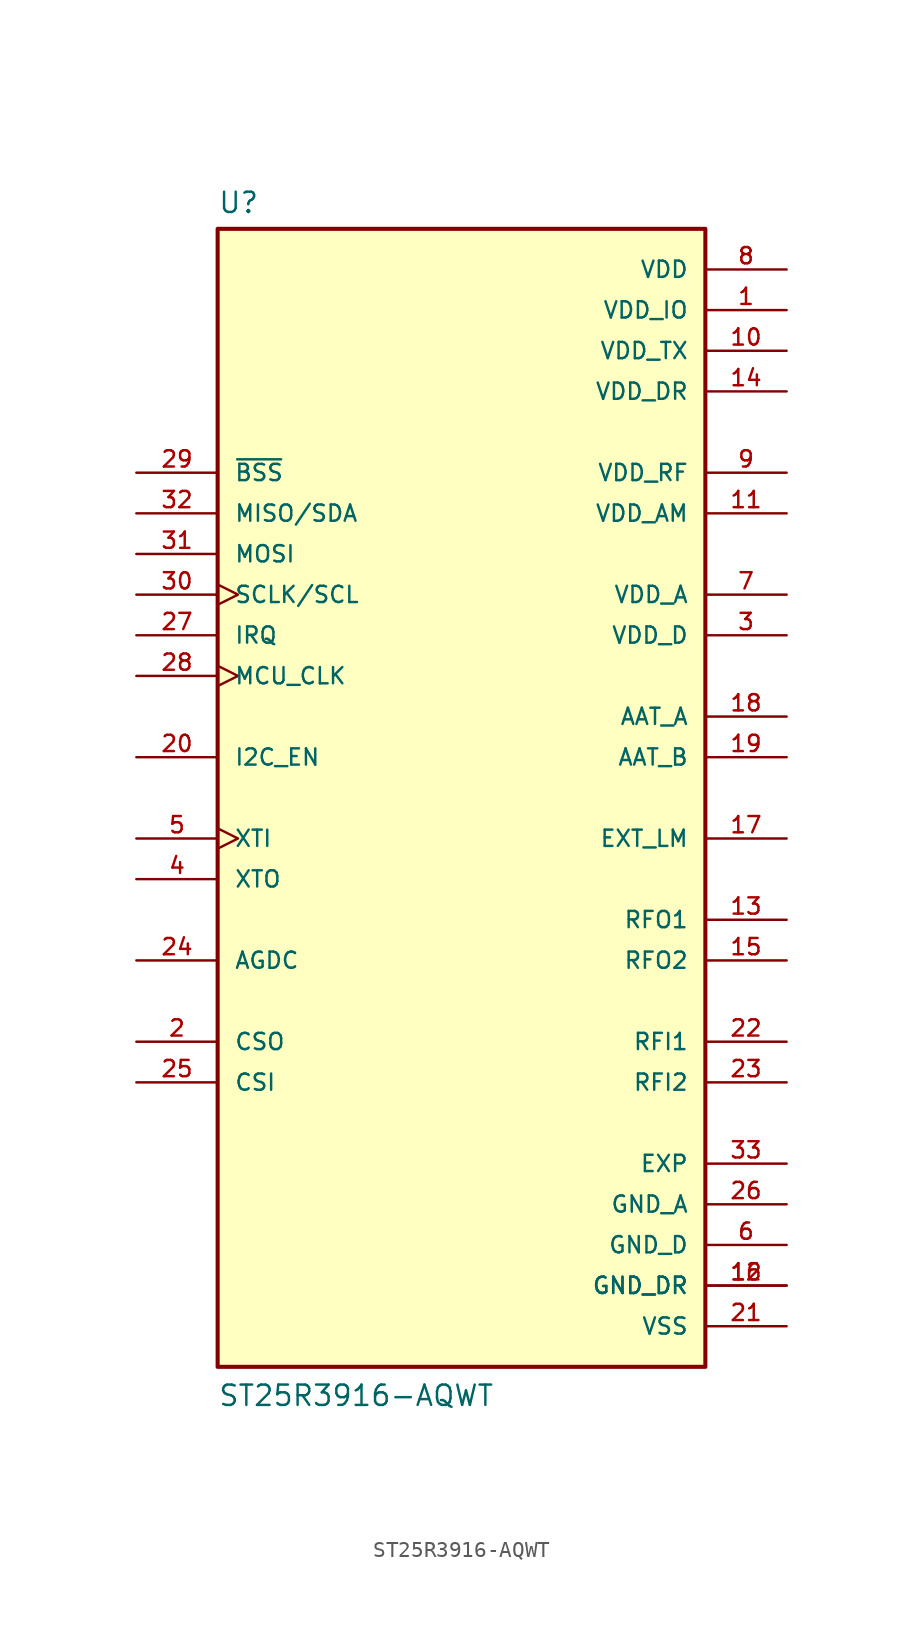
<source format=kicad_sym>
(kicad_symbol_lib
  (version 20211014)
  (generator kicad_symbol_editor)
  (symbol "ST25R3916-AQWT"
    (pin_names
      (offset 1.016))
    (property "Reference" "U"
      (at -15.24 36.449 0)
      (effects (font (size 1.27 1.27)) (justify bottom left)))
    (property "Value" "ST25R3916-AQWT"
      (at -15.24 -38.1 0)
      (effects (font (size 1.27 1.27)) (justify bottom left)))
    (symbol "ST25R3916-AQWT_0_0"
      (rectangle (start -15.24 -35.56) (end 15.24 35.56) (stroke (width 0.254)) (fill (type background)))
      (pin power_in line (at 20.32 30.48 180.0) (length 5.08) (name "VDD_IO" (effects (font (size 1.016 1.016)))) (number "1" (effects (font (size 1.016 1.016)))))
      (pin output line (at -20.32 -15.24 0) (length 5.08) (name "CSO" (effects (font (size 1.016 1.016)))) (number "2" (effects (font (size 1.016 1.016)))))
      (pin output line (at 20.32 10.16 180.0) (length 5.08) (name "VDD_D" (effects (font (size 1.016 1.016)))) (number "3" (effects (font (size 1.016 1.016)))))
      (pin output line (at -20.32 -5.08 0) (length 5.08) (name "XTO" (effects (font (size 1.016 1.016)))) (number "4" (effects (font (size 1.016 1.016)))))
      (pin input clock (at -20.32 -2.54 0) (length 5.08) (name "XTI" (effects (font (size 1.016 1.016)))) (number "5" (effects (font (size 1.016 1.016)))))
      (pin power_in line (at 20.32 -27.94 180.0) (length 5.08) (name "GND_D" (effects (font (size 1.016 1.016)))) (number "6" (effects (font (size 1.016 1.016)))))
      (pin output line (at 20.32 12.7 180.0) (length 5.08) (name "VDD_A" (effects (font (size 1.016 1.016)))) (number "7" (effects (font (size 1.016 1.016)))))
      (pin power_in line (at 20.32 33.02 180.0) (length 5.08) (name "VDD" (effects (font (size 1.016 1.016)))) (number "8" (effects (font (size 1.016 1.016)))))
      (pin output line (at 20.32 20.32 180.0) (length 5.08) (name "VDD_RF" (effects (font (size 1.016 1.016)))) (number "9" (effects (font (size 1.016 1.016)))))
      (pin power_in line (at 20.32 27.94 180.0) (length 5.08) (name "VDD_TX" (effects (font (size 1.016 1.016)))) (number "10" (effects (font (size 1.016 1.016)))))
      (pin output line (at 20.32 17.78 180.0) (length 5.08) (name "VDD_AM" (effects (font (size 1.016 1.016)))) (number "11" (effects (font (size 1.016 1.016)))))
      (pin power_in line (at 20.32 -30.48 180.0) (length 5.08) (name "GND_DR" (effects (font (size 1.016 1.016)))) (number "12" (effects (font (size 1.016 1.016)))))
      (pin power_in line (at 20.32 -30.48 180.0) (length 5.08) (name "GND_DR" (effects (font (size 1.016 1.016)))) (number "16" (effects (font (size 1.016 1.016)))))
      (pin output line (at 20.32 -7.62 180.0) (length 5.08) (name "RFO1" (effects (font (size 1.016 1.016)))) (number "13" (effects (font (size 1.016 1.016)))))
      (pin power_in line (at 20.32 25.4 180.0) (length 5.08) (name "VDD_DR" (effects (font (size 1.016 1.016)))) (number "14" (effects (font (size 1.016 1.016)))))
      (pin output line (at 20.32 -10.16 180.0) (length 5.08) (name "RFO2" (effects (font (size 1.016 1.016)))) (number "15" (effects (font (size 1.016 1.016)))))
      (pin output line (at 20.32 -2.54 180.0) (length 5.08) (name "EXT_LM" (effects (font (size 1.016 1.016)))) (number "17" (effects (font (size 1.016 1.016)))))
      (pin output line (at 20.32 5.08 180.0) (length 5.08) (name "AAT_A" (effects (font (size 1.016 1.016)))) (number "18" (effects (font (size 1.016 1.016)))))
      (pin output line (at 20.32 2.54 180.0) (length 5.08) (name "AAT_B" (effects (font (size 1.016 1.016)))) (number "19" (effects (font (size 1.016 1.016)))))
      (pin input line (at -20.32 2.54 0) (length 5.08) (name "I2C_EN" (effects (font (size 1.016 1.016)))) (number "20" (effects (font (size 1.016 1.016)))))
      (pin power_in line (at 20.32 -33.02 180.0) (length 5.08) (name "VSS" (effects (font (size 1.016 1.016)))) (number "21" (effects (font (size 1.016 1.016)))))
      (pin input line (at 20.32 -15.24 180.0) (length 5.08) (name "RFI1" (effects (font (size 1.016 1.016)))) (number "22" (effects (font (size 1.016 1.016)))))
      (pin input line (at 20.32 -17.78 180.0) (length 5.08) (name "RFI2" (effects (font (size 1.016 1.016)))) (number "23" (effects (font (size 1.016 1.016)))))
      (pin bidirectional line (at -20.32 -10.16 0) (length 5.08) (name "AGDC" (effects (font (size 1.016 1.016)))) (number "24" (effects (font (size 1.016 1.016)))))
      (pin bidirectional line (at -20.32 -17.78 0) (length 5.08) (name "CSI" (effects (font (size 1.016 1.016)))) (number "25" (effects (font (size 1.016 1.016)))))
      (pin power_in line (at 20.32 -25.4 180.0) (length 5.08) (name "GND_A" (effects (font (size 1.016 1.016)))) (number "26" (effects (font (size 1.016 1.016)))))
      (pin output line (at -20.32 10.16 0) (length 5.08) (name "IRQ" (effects (font (size 1.016 1.016)))) (number "27" (effects (font (size 1.016 1.016)))))
      (pin output clock (at -20.32 7.62 0) (length 5.08) (name "MCU_CLK" (effects (font (size 1.016 1.016)))) (number "28" (effects (font (size 1.016 1.016)))))
      (pin input line (at -20.32 20.32 0) (length 5.08) (name "~{BSS}" (effects (font (size 1.016 1.016)))) (number "29" (effects (font (size 1.016 1.016)))))
      (pin input clock (at -20.32 12.7 0) (length 5.08) (name "SCLK/SCL" (effects (font (size 1.016 1.016)))) (number "30" (effects (font (size 1.016 1.016)))))
      (pin input line (at -20.32 15.24 0) (length 5.08) (name "MOSI" (effects (font (size 1.016 1.016)))) (number "31" (effects (font (size 1.016 1.016)))))
      (pin bidirectional line (at -20.32 17.78 0) (length 5.08) (name "MISO/SDA" (effects (font (size 1.016 1.016)))) (number "32" (effects (font (size 1.016 1.016)))))
      (pin power_in line (at 20.32 -22.86 180.0) (length 5.08) (name "EXP" (effects (font (size 1.016 1.016)))) (number "33" (effects (font (size 1.016 1.016))))))))
</source>
